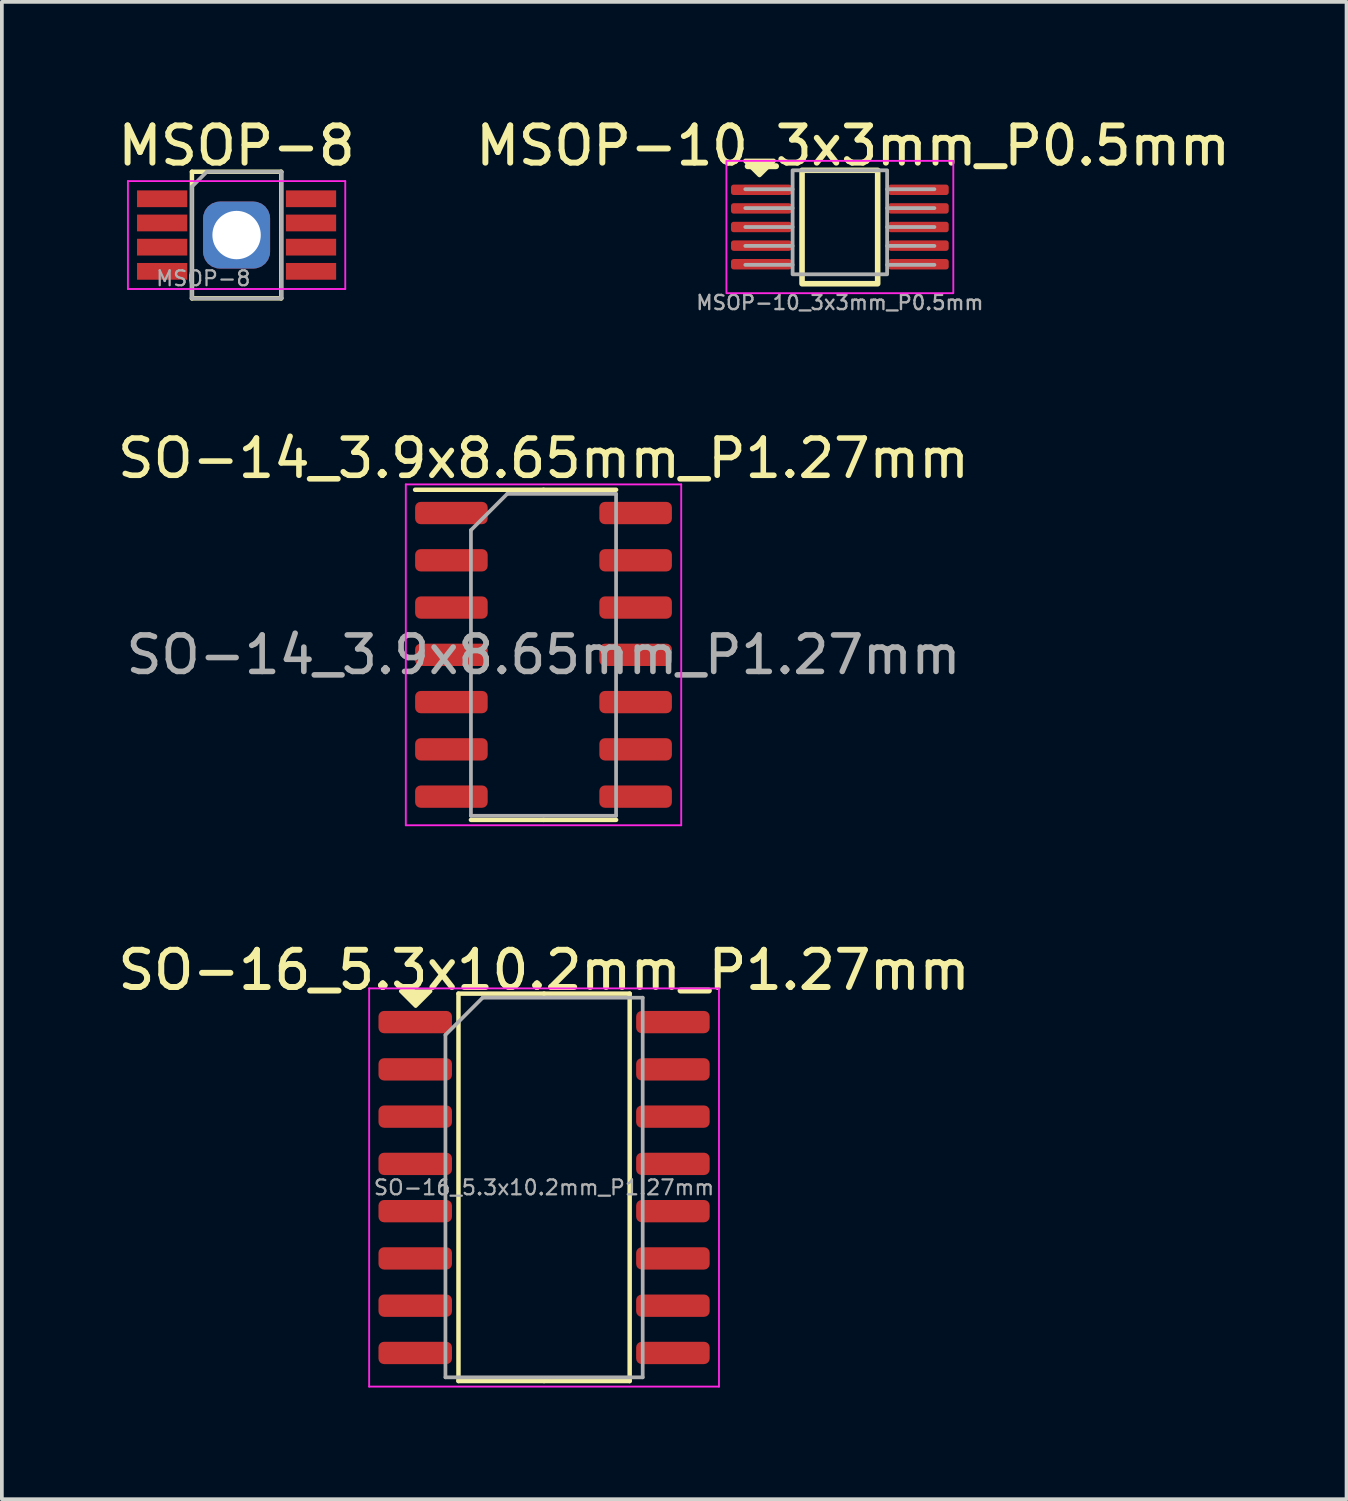
<source format=kicad_pcb>
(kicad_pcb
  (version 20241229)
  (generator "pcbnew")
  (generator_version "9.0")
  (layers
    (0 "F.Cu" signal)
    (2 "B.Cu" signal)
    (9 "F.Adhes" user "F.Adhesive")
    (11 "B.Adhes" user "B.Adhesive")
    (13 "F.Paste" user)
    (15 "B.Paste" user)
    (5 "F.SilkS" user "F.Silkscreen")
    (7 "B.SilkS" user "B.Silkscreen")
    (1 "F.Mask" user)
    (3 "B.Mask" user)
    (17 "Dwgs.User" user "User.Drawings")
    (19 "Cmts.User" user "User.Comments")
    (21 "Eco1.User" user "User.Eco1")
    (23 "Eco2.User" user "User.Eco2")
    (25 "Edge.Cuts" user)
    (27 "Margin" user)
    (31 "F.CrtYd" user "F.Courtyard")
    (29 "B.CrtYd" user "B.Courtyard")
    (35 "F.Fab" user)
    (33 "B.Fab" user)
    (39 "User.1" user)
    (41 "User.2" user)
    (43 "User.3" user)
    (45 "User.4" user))
  (footprint "SO-16_5.3x10.2mm_P1.27mm"
    (layer "F.Cu")
    (at 11.569 28.858)
    (property "Reference" "SO-16_5.3x10.2mm_P1.27mm" (at 0 -5.842 0) (layer "F.SilkS") (effects (font (size 1 1) (thickness 0.16))))
    (attr smd)
    (fp_line (start -2.3 -5.21) (end -2.3 5.2) (stroke (width 0.12) (type default)) (layer "F.SilkS"))
    (fp_line (start 0 -5.21) (end -2.3 -5.21) (stroke (width 0.12) (type solid)) (layer "F.SilkS"))
    (fp_line (start 0 -5.21) (end 2.3 -5.21) (stroke (width 0.12) (type solid)) (layer "F.SilkS"))
    (fp_line (start 0 5.2) (end -2.3 5.2) (stroke (width 0.12) (type solid)) (layer "F.SilkS"))
    (fp_line (start 0 5.2) (end 2.3 5.2) (stroke (width 0.12) (type solid)) (layer "F.SilkS"))
    (fp_line (start 2.3 -5.21) (end 2.3 5.2) (stroke (width 0.12) (type default)) (layer "F.SilkS"))
    (fp_poly (pts (xy -3.45 -4.875) (xy -3.05 -5.275) (xy -3.85 -5.275)) (stroke (width 0.1) (type solid)) (fill yes) (layer "F.SilkS"))
    (fp_line (start -4.7 -5.35) (end -4.7 5.35) (stroke (width 0.05) (type solid)) (layer "F.CrtYd"))
    (fp_line (start -4.7 5.35) (end 4.7 5.35) (stroke (width 0.05) (type solid)) (layer "F.CrtYd"))
    (fp_line (start 4.7 -5.35) (end -4.7 -5.35) (stroke (width 0.05) (type solid)) (layer "F.CrtYd"))
    (fp_line (start 4.7 5.35) (end 4.7 -5.35) (stroke (width 0.05) (type solid)) (layer "F.CrtYd"))
    (fp_line (start -2.65 -4.1) (end -1.65 -5.1) (stroke (width 0.1) (type solid)) (layer "F.Fab"))
    (fp_line (start -2.65 5.1) (end -2.65 -4.1) (stroke (width 0.1) (type solid)) (layer "F.Fab"))
    (fp_line (start -1.65 -5.1) (end 2.65 -5.1) (stroke (width 0.1) (type solid)) (layer "F.Fab"))
    (fp_line (start 2.65 -5.1) (end 2.65 5.1) (stroke (width 0.1) (type solid)) (layer "F.Fab"))
    (fp_line (start 2.65 5.1) (end -2.65 5.1) (stroke (width 0.1) (type solid)) (layer "F.Fab"))
    (fp_text user "${REFERENCE}" (at 0 0 0) (layer "F.Fab") (effects (font (size 0.4 0.4) (thickness 0.06))))
    (pad "1" smd roundrect (at -3.462 -4.445) (size 1.975 0.6) (layers "F.Cu" "F.Mask" "F.Paste") (roundrect_rratio 0.25))
    (pad "2" smd roundrect (at -3.462 -3.175) (size 1.975 0.6) (layers "F.Cu" "F.Mask" "F.Paste") (roundrect_rratio 0.25))
    (pad "3" smd roundrect (at -3.462 -1.905) (size 1.975 0.6) (layers "F.Cu" "F.Mask" "F.Paste") (roundrect_rratio 0.25))
    (pad "4" smd roundrect (at -3.462 -0.635) (size 1.975 0.6) (layers "F.Cu" "F.Mask" "F.Paste") (roundrect_rratio 0.25))
    (pad "5" smd roundrect (at -3.462 0.635) (size 1.975 0.6) (layers "F.Cu" "F.Mask" "F.Paste") (roundrect_rratio 0.25))
    (pad "6" smd roundrect (at -3.462 1.905) (size 1.975 0.6) (layers "F.Cu" "F.Mask" "F.Paste") (roundrect_rratio 0.25))
    (pad "7" smd roundrect (at -3.462 3.175) (size 1.975 0.6) (layers "F.Cu" "F.Mask" "F.Paste") (roundrect_rratio 0.25))
    (pad "8" smd roundrect (at -3.462 4.445) (size 1.975 0.6) (layers "F.Cu" "F.Mask" "F.Paste") (roundrect_rratio 0.25))
    (pad "9" smd roundrect (at 3.462 4.445) (size 1.975 0.6) (layers "F.Cu" "F.Mask" "F.Paste") (roundrect_rratio 0.25))
    (pad "10" smd roundrect (at 3.462 3.175) (size 1.975 0.6) (layers "F.Cu" "F.Mask" "F.Paste") (roundrect_rratio 0.25))
    (pad "11" smd roundrect (at 3.462 1.905) (size 1.975 0.6) (layers "F.Cu" "F.Mask" "F.Paste") (roundrect_rratio 0.25))
    (pad "12" smd roundrect (at 3.462 0.635) (size 1.975 0.6) (layers "F.Cu" "F.Mask" "F.Paste") (roundrect_rratio 0.25))
    (pad "13" smd roundrect (at 3.462 -0.635) (size 1.975 0.6) (layers "F.Cu" "F.Mask" "F.Paste") (roundrect_rratio 0.25))
    (pad "14" smd roundrect (at 3.462 -1.905) (size 1.975 0.6) (layers "F.Cu" "F.Mask" "F.Paste") (roundrect_rratio 0.25))
    (pad "15" smd roundrect (at 3.462 -3.175) (size 1.975 0.6) (layers "F.Cu" "F.Mask" "F.Paste") (roundrect_rratio 0.25))
    (pad "16" smd roundrect (at 3.462 -4.445) (size 1.975 0.6) (layers "F.Cu" "F.Mask" "F.Paste") (roundrect_rratio 0.25)))
  (footprint "SO-14_3.9x8.65mm_P1.27mm"
    (layer "F.Cu")
    (at 11.554 14.545)
    (property "Reference" "SO-14_3.9x8.65mm_P1.27mm" (at 0 -5.28 0) (layer "F.SilkS") (effects (font (size 1 1) (thickness 0.15))))
    (attr smd)
    (fp_line (start 0 -4.435) (end -3.45 -4.435) (stroke (width 0.12) (type solid)) (layer "F.SilkS"))
    (fp_line (start 0 -4.435) (end 1.95 -4.435) (stroke (width 0.12) (type solid)) (layer "F.SilkS"))
    (fp_line (start 0 4.435) (end -1.95 4.435) (stroke (width 0.12) (type solid)) (layer "F.SilkS"))
    (fp_line (start 0 4.435) (end 1.95 4.435) (stroke (width 0.12) (type solid)) (layer "F.SilkS"))
    (fp_line (start -3.7 -4.58) (end -3.7 4.58) (stroke (width 0.05) (type solid)) (layer "F.CrtYd"))
    (fp_line (start -3.7 4.58) (end 3.7 4.58) (stroke (width 0.05) (type solid)) (layer "F.CrtYd"))
    (fp_line (start 3.7 -4.58) (end -3.7 -4.58) (stroke (width 0.05) (type solid)) (layer "F.CrtYd"))
    (fp_line (start 3.7 4.58) (end 3.7 -4.58) (stroke (width 0.05) (type solid)) (layer "F.CrtYd"))
    (fp_line (start -1.95 -3.35) (end -0.975 -4.325) (stroke (width 0.1) (type solid)) (layer "F.Fab"))
    (fp_line (start -1.95 4.325) (end -1.95 -3.35) (stroke (width 0.1) (type solid)) (layer "F.Fab"))
    (fp_line (start -0.975 -4.325) (end 1.95 -4.325) (stroke (width 0.1) (type solid)) (layer "F.Fab"))
    (fp_line (start 1.95 -4.325) (end 1.95 4.325) (stroke (width 0.1) (type solid)) (layer "F.Fab"))
    (fp_line (start 1.95 4.325) (end -1.95 4.325) (stroke (width 0.1) (type solid)) (layer "F.Fab"))
    (fp_text user "${REFERENCE}" (at 0 0 0) (layer "F.Fab") (effects (font (size 0.98 0.98) (thickness 0.15))))
    (pad "1" smd roundrect (at -2.475 -3.81) (size 1.95 0.6) (layers "F.Cu" "F.Mask" "F.Paste") (roundrect_rratio 0.25))
    (pad "2" smd roundrect (at -2.475 -2.54) (size 1.95 0.6) (layers "F.Cu" "F.Mask" "F.Paste") (roundrect_rratio 0.25))
    (pad "3" smd roundrect (at -2.475 -1.27) (size 1.95 0.6) (layers "F.Cu" "F.Mask" "F.Paste") (roundrect_rratio 0.25))
    (pad "4" smd roundrect (at -2.475 0) (size 1.95 0.6) (layers "F.Cu" "F.Mask" "F.Paste") (roundrect_rratio 0.25))
    (pad "5" smd roundrect (at -2.475 1.27) (size 1.95 0.6) (layers "F.Cu" "F.Mask" "F.Paste") (roundrect_rratio 0.25))
    (pad "6" smd roundrect (at -2.475 2.54) (size 1.95 0.6) (layers "F.Cu" "F.Mask" "F.Paste") (roundrect_rratio 0.25))
    (pad "7" smd roundrect (at -2.475 3.81) (size 1.95 0.6) (layers "F.Cu" "F.Mask" "F.Paste") (roundrect_rratio 0.25))
    (pad "8" smd roundrect (at 2.475 3.81) (size 1.95 0.6) (layers "F.Cu" "F.Mask" "F.Paste") (roundrect_rratio 0.25))
    (pad "9" smd roundrect (at 2.475 2.54) (size 1.95 0.6) (layers "F.Cu" "F.Mask" "F.Paste") (roundrect_rratio 0.25))
    (pad "10" smd roundrect (at 2.475 1.27) (size 1.95 0.6) (layers "F.Cu" "F.Mask" "F.Paste") (roundrect_rratio 0.25))
    (pad "11" smd roundrect (at 2.475 0) (size 1.95 0.6) (layers "F.Cu" "F.Mask" "F.Paste") (roundrect_rratio 0.25))
    (pad "12" smd roundrect (at 2.475 -1.27) (size 1.95 0.6) (layers "F.Cu" "F.Mask" "F.Paste") (roundrect_rratio 0.25))
    (pad "13" smd roundrect (at 2.475 -2.54) (size 1.95 0.6) (layers "F.Cu" "F.Mask" "F.Paste") (roundrect_rratio 0.25))
    (pad "14" smd roundrect (at 2.475 -3.81) (size 1.95 0.6) (layers "F.Cu" "F.Mask" "F.Paste") (roundrect_rratio 0.25)))
  (footprint "MSOP-8"
    (layer "F.Cu")
    (at 3.307 3.266)
    (property "Reference" "MSOP-8" (at 0 -2.4 0) (layer "F.SilkS") (effects (font (size 1 1) (thickness 0.16))))
    (attr smd)
    (fp_line (start -1.2 -1.7) (end 1.2 -1.7) (stroke (width 0.12) (type default)) (layer "F.SilkS"))
    (fp_line (start -1.2 1.7) (end -1.2 -1.7) (stroke (width 0.12) (type default)) (layer "F.SilkS"))
    (fp_line (start 1.2 -1.7) (end 1.2 1.7) (stroke (width 0.12) (type default)) (layer "F.SilkS"))
    (fp_line (start 1.2 1.7) (end -1.2 1.7) (stroke (width 0.12) (type default)) (layer "F.SilkS"))
    (fp_line (start -2.92 -1.45) (end 2.92 -1.45) (stroke (width 0.05) (type default)) (layer "F.CrtYd"))
    (fp_line (start -2.92 1.45) (end -2.92 -1.45) (stroke (width 0.05) (type default)) (layer "F.CrtYd"))
    (fp_line (start 2.92 -1.45) (end 2.92 1.45) (stroke (width 0.05) (type default)) (layer "F.CrtYd"))
    (fp_line (start 2.92 1.45) (end -2.92 1.45) (stroke (width 0.05) (type default)) (layer "F.CrtYd"))
    (fp_line (start -1.2 -1.3) (end -0.8 -1.7) (stroke (width 0.1) (type default)) (layer "F.Fab"))
    (fp_line (start -1.2 1.7) (end -1.2 -1.3) (stroke (width 0.1) (type default)) (layer "F.Fab"))
    (fp_line (start -0.8 -1.7) (end 1.2 -1.7) (stroke (width 0.1) (type default)) (layer "F.Fab"))
    (fp_line (start 1.2 -1.7) (end 1.2 1.7) (stroke (width 0.1) (type default)) (layer "F.Fab"))
    (fp_line (start 1.2 1.7) (end -1.2 1.7) (stroke (width 0.1) (type default)) (layer "F.Fab"))
    (fp_text user "${REFERENCE}" (at -2.2 1.4 0) (unlocked yes) (layer "F.Fab") (effects (font (size 0.4 0.4) (thickness 0.06)) (justify left bottom)))
    (pad "1" smd rect (at -2 -0.975 270) (size 0.45 1.35) (layers "F.Cu" "F.Mask" "F.Paste"))
    (pad "2" smd rect (at -2 -0.325 270) (size 0.45 1.35) (layers "F.Cu" "F.Mask" "F.Paste"))
    (pad "3" smd rect (at -2 0.325 270) (size 0.45 1.35) (layers "F.Cu" "F.Mask" "F.Paste"))
    (pad "4" smd rect (at -2 0.975 270) (size 0.45 1.35) (layers "F.Cu" "F.Mask" "F.Paste"))
    (pad "5" smd rect (at 2 0.975 270) (size 0.45 1.35) (layers "F.Cu" "F.Mask" "F.Paste"))
    (pad "6" smd rect (at 2 0.325 270) (size 0.45 1.35) (layers "F.Cu" "F.Mask" "F.Paste"))
    (pad "7" smd rect (at 2 -0.325 270) (size 0.45 1.35) (layers "F.Cu" "F.Mask" "F.Paste"))
    (pad "8" smd rect (at 2 -0.975 270) (size 0.45 1.35) (layers "F.Cu" "F.Mask" "F.Paste"))
    (pad "9" thru_hole roundrect (at 0 0 270) (size 1.8 1.8) (drill 1.3) (layers "*.Cu" "*.Mask") (roundrect_rratio 0.25)))
  (footprint "MSOP-10_3x3mm_P0.5mm"
    (layer "F.Cu")
    (at 19.517 3.05)
    (property "Reference" "MSOP-10_3x3mm_P0.5mm" (at 0.356 -2.184 0) (layer "F.SilkS") (effects (font (size 1 1) (thickness 0.16))))
    (attr smd)
    (fp_rect (start -1.016 -1.524) (end 1.016 1.524) (stroke (width 0.15) (type default)) (fill no) (layer "F.SilkS"))
    (fp_poly (pts (xy -2.159 -1.397) (xy -2.54 -1.778) (xy -1.778 -1.778) (xy -2.159 -1.397)) (stroke (width 0.12) (type solid)) (fill yes) (layer "F.SilkS"))
    (fp_rect (start -3.048 -1.778) (end 3.048 1.778) (stroke (width 0.05) (type default)) (fill no) (layer "F.CrtYd"))
    (fp_rect (start -2.54 -1.016) (end -1.27 -1.016) (stroke (width 0.102) (type default)) (fill no) (layer "F.Fab"))
    (fp_rect (start -2.54 -0.508) (end -1.27 -0.508) (stroke (width 0.102) (type default)) (fill no) (layer "F.Fab"))
    (fp_rect (start -2.54 0) (end -1.27 0) (stroke (width 0.102) (type default)) (fill no) (layer "F.Fab"))
    (fp_rect (start -2.54 0.508) (end -1.27 0.508) (stroke (width 0.102) (type default)) (fill no) (layer "F.Fab"))
    (fp_rect (start -2.54 1.016) (end -1.27 1.016) (stroke (width 0.102) (type default)) (fill no) (layer "F.Fab"))
    (fp_rect (start -1.27 -1.524) (end 1.27 1.27) (stroke (width 0.102) (type solid)) (fill no) (layer "F.Fab"))
    (fp_rect (start 1.27 -1.016) (end 2.54 -1.016) (stroke (width 0.102) (type default)) (fill no) (layer "F.Fab"))
    (fp_rect (start 1.27 -0.508) (end 2.54 -0.508) (stroke (width 0.102) (type default)) (fill no) (layer "F.Fab"))
    (fp_rect (start 1.27 0) (end 2.54 0) (stroke (width 0.102) (type default)) (fill no) (layer "F.Fab"))
    (fp_rect (start 1.27 0.508) (end 2.54 0.508) (stroke (width 0.102) (type default)) (fill no) (layer "F.Fab"))
    (fp_rect (start 1.27 1.016) (end 2.54 1.016) (stroke (width 0.102) (type default)) (fill no) (layer "F.Fab"))
    (fp_text user "${REFERENCE}" (at 0 2.032 0) (unlocked yes) (layer "F.Fab") (effects (font (size 0.381 0.381) (thickness 0.064) (bold yes))))
    (pad "1" smd roundrect (at -2.112 -1) (size 1.625 0.28) (layers "F.Cu" "F.Mask" "F.Paste") (roundrect_rratio 0.25))
    (pad "2" smd roundrect (at -2.112 -0.5) (size 1.625 0.28) (layers "F.Cu" "F.Mask" "F.Paste") (roundrect_rratio 0.25))
    (pad "3" smd roundrect (at -2.112 0) (size 1.625 0.28) (layers "F.Cu" "F.Mask" "F.Paste") (roundrect_rratio 0.25))
    (pad "4" smd roundrect (at -2.112 0.5) (size 1.625 0.28) (layers "F.Cu" "F.Mask" "F.Paste") (roundrect_rratio 0.25))
    (pad "5" smd roundrect (at -2.112 1) (size 1.625 0.28) (layers "F.Cu" "F.Mask" "F.Paste") (roundrect_rratio 0.25))
    (pad "6" smd roundrect (at 2.112 1) (size 1.625 0.28) (layers "F.Cu" "F.Mask" "F.Paste") (roundrect_rratio 0.25))
    (pad "7" smd roundrect (at 2.112 0.5) (size 1.625 0.28) (layers "F.Cu" "F.Mask" "F.Paste") (roundrect_rratio 0.25))
    (pad "8" smd roundrect (at 2.112 0) (size 1.625 0.28) (layers "F.Cu" "F.Mask" "F.Paste") (roundrect_rratio 0.25))
    (pad "9" smd roundrect (at 2.112 -0.5) (size 1.625 0.28) (layers "F.Cu" "F.Mask" "F.Paste") (roundrect_rratio 0.25))
    (pad "10" smd roundrect (at 2.112 -1) (size 1.625 0.28) (layers "F.Cu" "F.Mask" "F.Paste") (roundrect_rratio 0.25)))
  (gr_rect
    (start -3 -3)
    (end 33.131 37.233)
    (stroke (width 0.1) (type default))
    (fill no)
    (layer "Edge.Cuts")))
</source>
